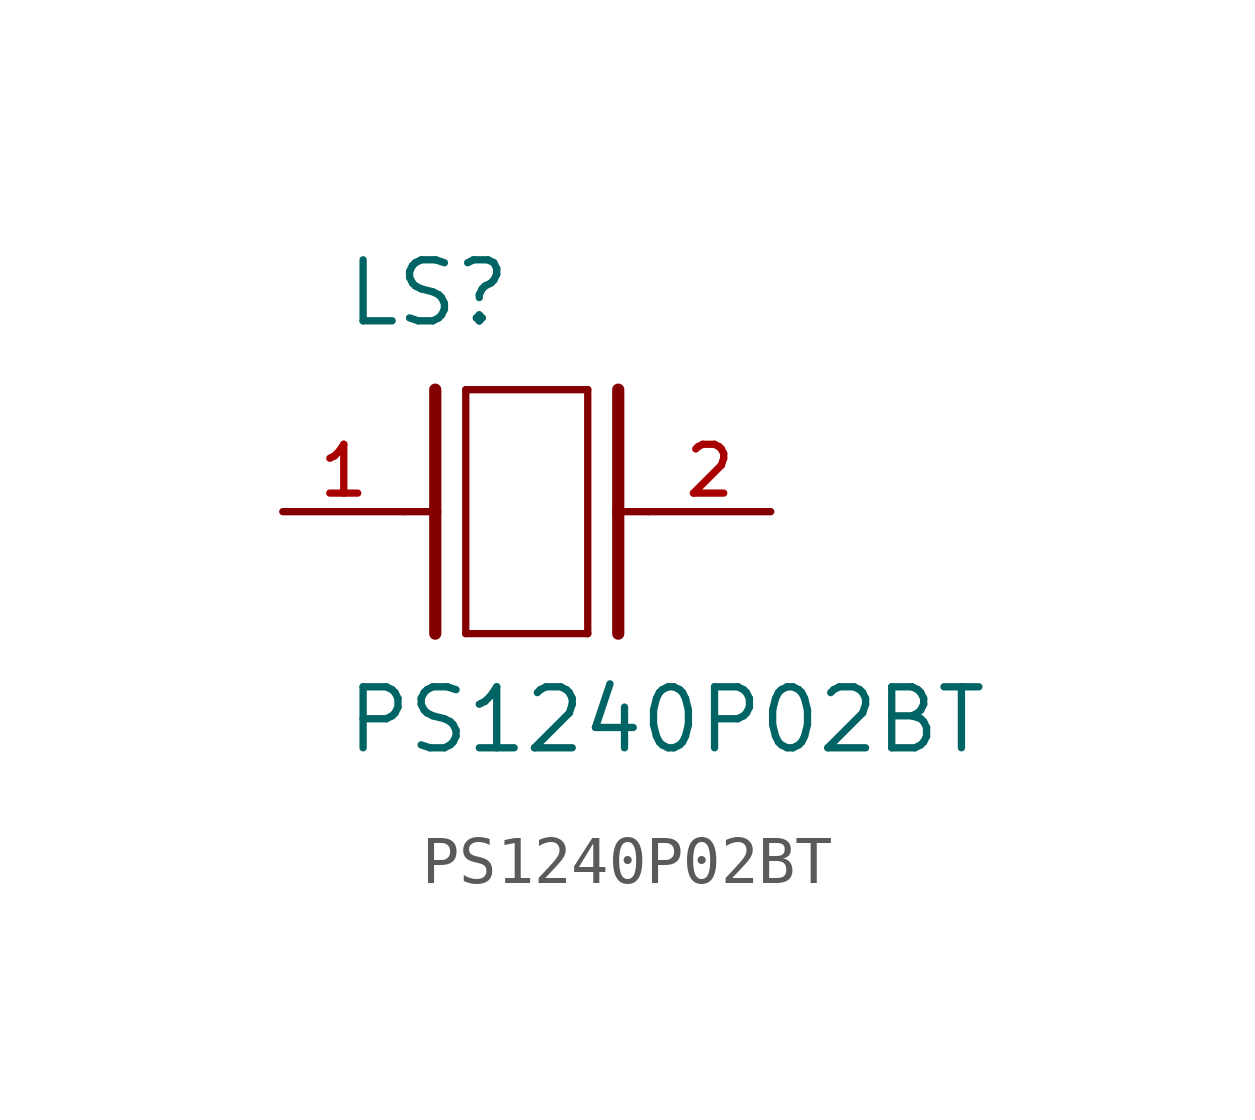
<source format=kicad_sym>
(kicad_symbol_lib
  (version 20211014)
  (generator kicad_symbol_editor)
  (symbol "PS1240P02BT"
    (pin_names
      (offset 1.016))
    (property "Reference" "LS"
      (at -3.81 3.81 0)
      (effects (font (size 1.27 1.27)) (justify bottom left)))
    (property "Value" "PS1240P02BT"
      (at -3.81 -5.08 0)
      (effects (font (size 1.27 1.27)) (justify bottom left)))
    (symbol "PS1240P02BT_0_0"
      (polyline (pts (xy -1.905 -2.54) (xy -1.905 0.0)) (stroke (width 0.254)))
      (polyline (pts (xy -1.905 0.0) (xy -1.905 2.54)) (stroke (width 0.254)))
      (polyline (pts (xy -1.27 -2.54) (xy 1.27 -2.54)) (stroke (width 0.152)))
      (polyline (pts (xy 1.27 -2.54) (xy 1.27 2.54)) (stroke (width 0.152)))
      (polyline (pts (xy 1.27 2.54) (xy -1.27 2.54)) (stroke (width 0.152)))
      (polyline (pts (xy -1.27 2.54) (xy -1.27 -2.54)) (stroke (width 0.152)))
      (polyline (pts (xy 1.905 2.54) (xy 1.905 0.0)) (stroke (width 0.254)))
      (polyline (pts (xy 1.905 0.0) (xy 1.905 -2.54)) (stroke (width 0.254)))
      (polyline (pts (xy -2.54 0.0) (xy -1.905 0.0)) (stroke (width 0.152)))
      (polyline (pts (xy 1.905 0.0) (xy 2.54 0.0)) (stroke (width 0.152)))
      (pin passive line (at -5.08 0.0 0) (length 2.54) (name "~" (effects (font (size 1.016 1.016)))) (number "1" (effects (font (size 1.016 1.016)))))
      (pin passive line (at 5.08 0.0 180.0) (length 2.54) (name "~" (effects (font (size 1.016 1.016)))) (number "2" (effects (font (size 1.016 1.016))))))))
</source>
